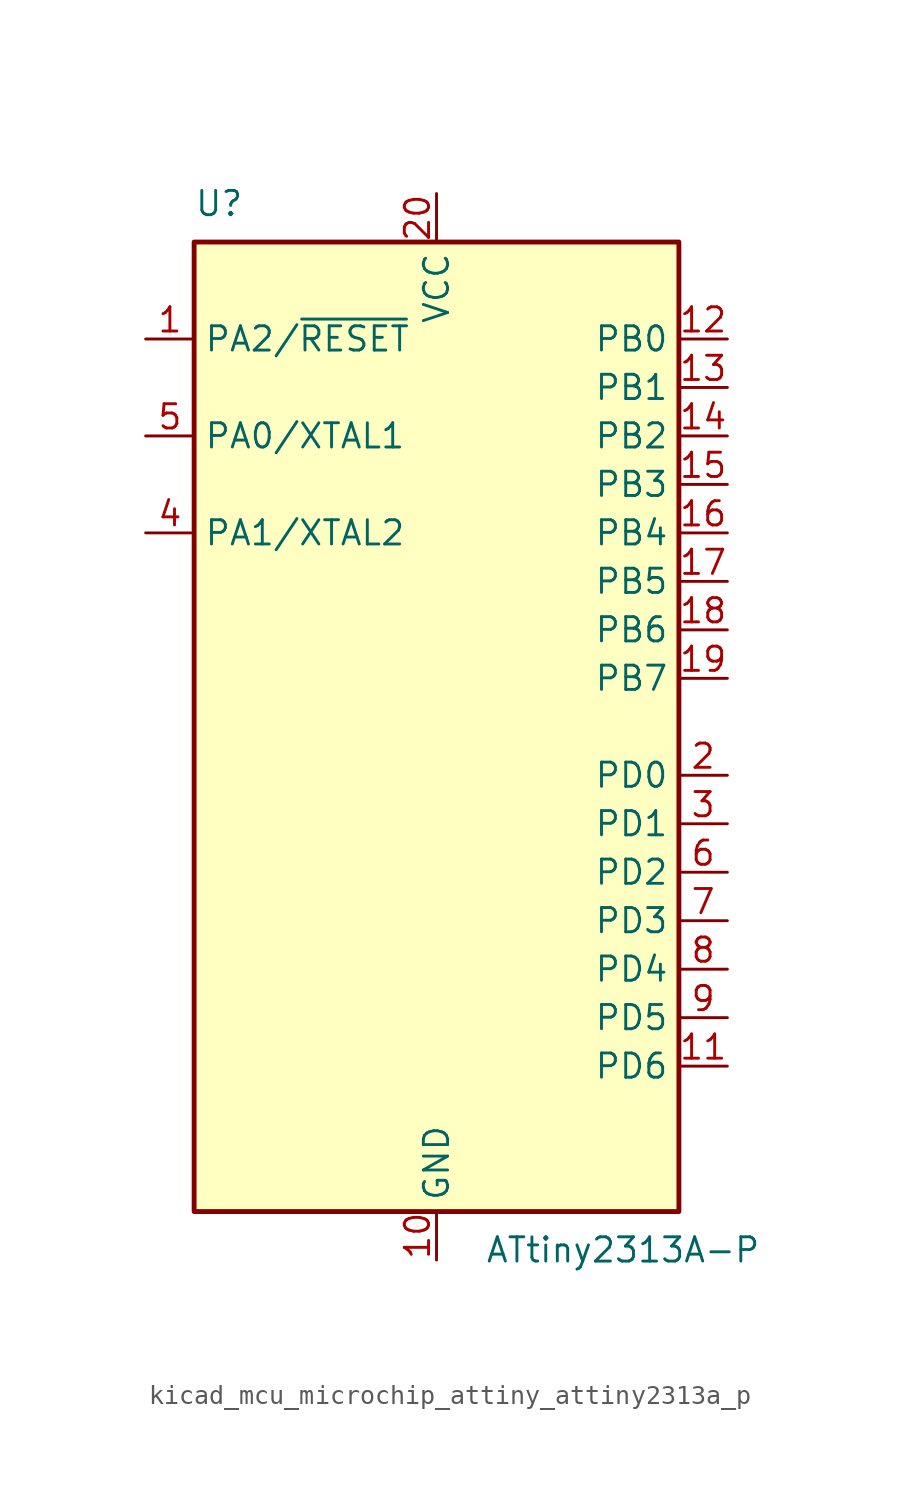
<source format=kicad_sym>
(kicad_symbol_lib
  (version 20220914)
  (generator kicad_symbol_editor)
  (symbol "kicad_mcu_microchip_attiny_attiny2313a_p"
    (property "Reference" "U"
      (at -12.7 26.67 0)
      (effects (font (size 1.27 1.27)) (justify left bottom)))
    (property "Value" "ATtiny2313A-P"
      (at 2.54 -26.67 0)
      (effects (font (size 1.27 1.27)) (justify left top)))
    (symbol "kicad_mcu_microchip_attiny_attiny2313a_p_0_1"
      (rectangle (start -12.7 -25.4) (end 12.7 25.4) (stroke (width 0.254) (type default)) (fill (type background))))
    (symbol "kicad_mcu_microchip_attiny_attiny2313a_p_1_1"
      (pin bidirectional line (at -15.24 20.32 0) (length 2.54) (name "PA2/~{RESET}" (effects (font (size 1.27 1.27)))) (number "1" (effects (font (size 1.27 1.27)))))
      (pin power_in line (at 0 -27.94 90) (length 2.54) (name "GND" (effects (font (size 1.27 1.27)))) (number "10" (effects (font (size 1.27 1.27)))))
      (pin bidirectional line (at 15.24 -17.78 180) (length 2.54) (name "PD6" (effects (font (size 1.27 1.27)))) (number "11" (effects (font (size 1.27 1.27)))))
      (pin bidirectional line (at 15.24 20.32 180) (length 2.54) (name "PB0" (effects (font (size 1.27 1.27)))) (number "12" (effects (font (size 1.27 1.27)))))
      (pin bidirectional line (at 15.24 17.78 180) (length 2.54) (name "PB1" (effects (font (size 1.27 1.27)))) (number "13" (effects (font (size 1.27 1.27)))))
      (pin bidirectional line (at 15.24 15.24 180) (length 2.54) (name "PB2" (effects (font (size 1.27 1.27)))) (number "14" (effects (font (size 1.27 1.27)))))
      (pin bidirectional line (at 15.24 12.7 180) (length 2.54) (name "PB3" (effects (font (size 1.27 1.27)))) (number "15" (effects (font (size 1.27 1.27)))))
      (pin bidirectional line (at 15.24 10.16 180) (length 2.54) (name "PB4" (effects (font (size 1.27 1.27)))) (number "16" (effects (font (size 1.27 1.27)))))
      (pin bidirectional line (at 15.24 7.62 180) (length 2.54) (name "PB5" (effects (font (size 1.27 1.27)))) (number "17" (effects (font (size 1.27 1.27)))))
      (pin bidirectional line (at 15.24 5.08 180) (length 2.54) (name "PB6" (effects (font (size 1.27 1.27)))) (number "18" (effects (font (size 1.27 1.27)))))
      (pin bidirectional line (at 15.24 2.54 180) (length 2.54) (name "PB7" (effects (font (size 1.27 1.27)))) (number "19" (effects (font (size 1.27 1.27)))))
      (pin bidirectional line (at 15.24 -2.54 180) (length 2.54) (name "PD0" (effects (font (size 1.27 1.27)))) (number "2" (effects (font (size 1.27 1.27)))))
      (pin power_in line (at 0 27.94 270) (length 2.54) (name "VCC" (effects (font (size 1.27 1.27)))) (number "20" (effects (font (size 1.27 1.27)))))
      (pin bidirectional line (at 15.24 -5.08 180) (length 2.54) (name "PD1" (effects (font (size 1.27 1.27)))) (number "3" (effects (font (size 1.27 1.27)))))
      (pin bidirectional line (at -15.24 10.16 0) (length 2.54) (name "PA1/XTAL2" (effects (font (size 1.27 1.27)))) (number "4" (effects (font (size 1.27 1.27)))))
      (pin bidirectional line (at -15.24 15.24 0) (length 2.54) (name "PA0/XTAL1" (effects (font (size 1.27 1.27)))) (number "5" (effects (font (size 1.27 1.27)))))
      (pin bidirectional line (at 15.24 -7.62 180) (length 2.54) (name "PD2" (effects (font (size 1.27 1.27)))) (number "6" (effects (font (size 1.27 1.27)))))
      (pin bidirectional line (at 15.24 -10.16 180) (length 2.54) (name "PD3" (effects (font (size 1.27 1.27)))) (number "7" (effects (font (size 1.27 1.27)))))
      (pin bidirectional line (at 15.24 -12.7 180) (length 2.54) (name "PD4" (effects (font (size 1.27 1.27)))) (number "8" (effects (font (size 1.27 1.27)))))
      (pin bidirectional line (at 15.24 -15.24 180) (length 2.54) (name "PD5" (effects (font (size 1.27 1.27)))) (number "9" (effects (font (size 1.27 1.27))))))))
</source>
